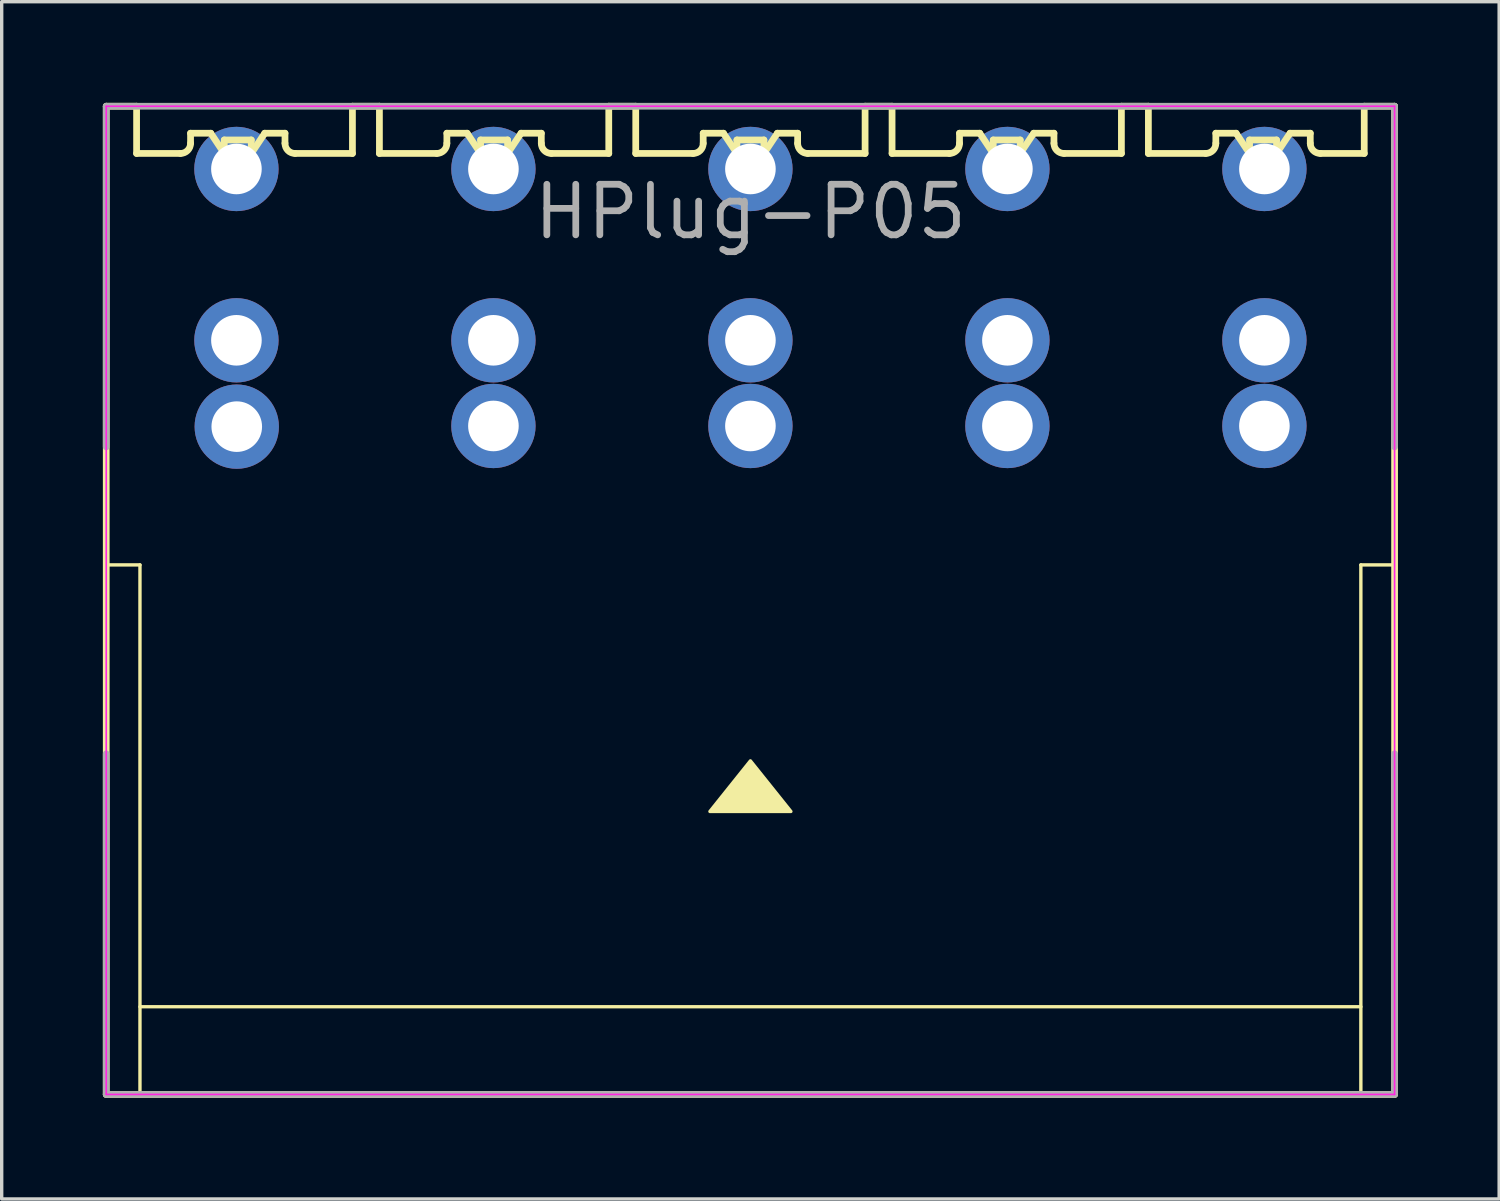
<source format=kicad_pcb>
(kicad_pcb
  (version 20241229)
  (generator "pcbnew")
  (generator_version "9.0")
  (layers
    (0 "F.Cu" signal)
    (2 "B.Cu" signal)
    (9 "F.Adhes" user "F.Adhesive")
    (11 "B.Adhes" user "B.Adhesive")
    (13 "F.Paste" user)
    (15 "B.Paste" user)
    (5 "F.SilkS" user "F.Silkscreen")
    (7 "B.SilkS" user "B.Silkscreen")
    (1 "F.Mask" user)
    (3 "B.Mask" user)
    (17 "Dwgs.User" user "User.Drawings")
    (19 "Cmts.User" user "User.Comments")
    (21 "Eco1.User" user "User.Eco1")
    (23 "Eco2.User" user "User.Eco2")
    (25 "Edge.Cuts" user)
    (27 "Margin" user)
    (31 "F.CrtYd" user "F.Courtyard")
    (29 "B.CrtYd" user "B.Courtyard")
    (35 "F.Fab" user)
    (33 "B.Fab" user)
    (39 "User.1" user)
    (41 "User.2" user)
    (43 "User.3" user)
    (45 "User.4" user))
  (footprint "HPlug-P05"
    (layer "F.Cu")
    (at 19.2 4.5)
    (property "Reference" "HPlug-P05" (at 0 -1.27 180) (layer "F.Fab") (effects (font (size 1.5 1.5) (thickness 0.2))))
    (attr through_hole)
    (fp_line (start -19.1 -4.4) (end -19.1 24.9) (stroke (width 0.2) (type solid)) (layer "F.SilkS"))
    (fp_line (start -19.1 -4.4) (end -18.2 -4.4) (stroke (width 0.2) (type solid)) (layer "F.SilkS"))
    (fp_line (start -19.1 9.2) (end -18.1 9.2) (stroke (width 0.1) (type solid)) (layer "F.SilkS"))
    (fp_line (start -19.1 24.9) (end 19.1 24.9) (stroke (width 0.2) (type solid)) (layer "F.SilkS"))
    (fp_line (start -18.2 -3) (end -18.2 -4.4) (stroke (width 0.2) (type solid)) (layer "F.SilkS"))
    (fp_line (start -18.1 9.2) (end -18.1 24.9) (stroke (width 0.1) (type solid)) (layer "F.SilkS"))
    (fp_line (start -18.1 22.3) (end 18.1 22.3) (stroke (width 0.1) (type solid)) (layer "F.SilkS"))
    (fp_line (start -16.9 -3) (end -18.2 -3) (stroke (width 0.2) (type solid)) (layer "F.SilkS"))
    (fp_line (start -16.6 -3.6) (end -16.6 -3.3) (stroke (width 0.2) (type solid)) (layer "F.SilkS"))
    (fp_line (start -16.6 -3.6) (end -16 -3.6) (stroke (width 0.2) (type solid)) (layer "F.SilkS"))
    (fp_line (start -15.6 -3.4) (end -15.6 -3) (stroke (width 0.2) (type solid)) (layer "F.SilkS"))
    (fp_line (start -15.6 -3.4) (end -14.8 -3.4) (stroke (width 0.2) (type solid)) (layer "F.SilkS"))
    (fp_line (start -15.6 -3) (end -16 -3.6) (stroke (width 0.2) (type solid)) (layer "F.SilkS"))
    (fp_line (start -14.8 -3.4) (end -14.8 -3) (stroke (width 0.2) (type solid)) (layer "F.SilkS"))
    (fp_line (start -14.8 -3) (end -14.4 -3.6) (stroke (width 0.2) (type solid)) (layer "F.SilkS"))
    (fp_line (start -14.4 -3.6) (end -13.8 -3.6) (stroke (width 0.2) (type solid)) (layer "F.SilkS"))
    (fp_line (start -13.8 -3.6) (end -13.8 -3.3) (stroke (width 0.2) (type solid)) (layer "F.SilkS"))
    (fp_line (start -11.8 -4.4) (end -11 -4.4) (stroke (width 0.2) (type solid)) (layer "F.SilkS"))
    (fp_line (start -11.8 -3) (end -13.5 -3) (stroke (width 0.2) (type solid)) (layer "F.SilkS"))
    (fp_line (start -11.8 -3) (end -11.8 -4.4) (stroke (width 0.2) (type solid)) (layer "F.SilkS"))
    (fp_line (start -11 -3) (end -11 -4.4) (stroke (width 0.2) (type solid)) (layer "F.SilkS"))
    (fp_line (start -9.3 -3) (end -11 -3) (stroke (width 0.2) (type solid)) (layer "F.SilkS"))
    (fp_line (start -9 -3.6) (end -8.4 -3.6) (stroke (width 0.2) (type solid)) (layer "F.SilkS"))
    (fp_line (start -9 -3.3) (end -9 -3.6) (stroke (width 0.2) (type solid)) (layer "F.SilkS"))
    (fp_line (start -8.4 -3.6) (end -8 -3) (stroke (width 0.2) (type solid)) (layer "F.SilkS"))
    (fp_line (start -8 -3.4) (end -7.2 -3.4) (stroke (width 0.2) (type solid)) (layer "F.SilkS"))
    (fp_line (start -8 -3) (end -8 -3.4) (stroke (width 0.2) (type solid)) (layer "F.SilkS"))
    (fp_line (start -7.2 -3) (end -7.2 -3.4) (stroke (width 0.2) (type solid)) (layer "F.SilkS"))
    (fp_line (start -6.8 -3.6) (end -7.2 -3) (stroke (width 0.2) (type solid)) (layer "F.SilkS"))
    (fp_line (start -6.8 -3.6) (end -6.2 -3.6) (stroke (width 0.2) (type solid)) (layer "F.SilkS"))
    (fp_line (start -6.2 -3.3) (end -6.2 -3.6) (stroke (width 0.2) (type solid)) (layer "F.SilkS"))
    (fp_line (start -4.2 -4.4) (end -3.4 -4.4) (stroke (width 0.2) (type solid)) (layer "F.SilkS"))
    (fp_line (start -4.2 -3) (end -5.9 -3) (stroke (width 0.2) (type solid)) (layer "F.SilkS"))
    (fp_line (start -4.2 -3) (end -4.2 -4.4) (stroke (width 0.2) (type solid)) (layer "F.SilkS"))
    (fp_line (start -3.4 -3) (end -3.4 -4.4) (stroke (width 0.2) (type solid)) (layer "F.SilkS"))
    (fp_line (start -1.7 -3) (end -3.4 -3) (stroke (width 0.2) (type solid)) (layer "F.SilkS"))
    (fp_line (start -1.4 -3.6) (end -0.8 -3.6) (stroke (width 0.2) (type solid)) (layer "F.SilkS"))
    (fp_line (start -1.4 -3.3) (end -1.4 -3.6) (stroke (width 0.2) (type solid)) (layer "F.SilkS"))
    (fp_line (start -0.8 -3.6) (end -0.4 -3) (stroke (width 0.2) (type solid)) (layer "F.SilkS"))
    (fp_line (start -0.4 -3.4) (end 0.4 -3.4) (stroke (width 0.2) (type solid)) (layer "F.SilkS"))
    (fp_line (start -0.4 -3) (end -0.4 -3.4) (stroke (width 0.2) (type solid)) (layer "F.SilkS"))
    (fp_line (start 0.4 -3) (end 0.4 -3.4) (stroke (width 0.2) (type solid)) (layer "F.SilkS"))
    (fp_line (start 0.8 -3.6) (end 0.4 -3) (stroke (width 0.2) (type solid)) (layer "F.SilkS"))
    (fp_line (start 0.8 -3.6) (end 1.4 -3.6) (stroke (width 0.2) (type solid)) (layer "F.SilkS"))
    (fp_line (start 1.4 -3.3) (end 1.4 -3.6) (stroke (width 0.2) (type solid)) (layer "F.SilkS"))
    (fp_line (start 3.4 -4.4) (end 4.2 -4.4) (stroke (width 0.2) (type solid)) (layer "F.SilkS"))
    (fp_line (start 3.4 -3) (end 1.7 -3) (stroke (width 0.2) (type solid)) (layer "F.SilkS"))
    (fp_line (start 3.4 -3) (end 3.4 -4.4) (stroke (width 0.2) (type solid)) (layer "F.SilkS"))
    (fp_line (start 4.2 -3) (end 4.2 -4.4) (stroke (width 0.2) (type solid)) (layer "F.SilkS"))
    (fp_line (start 5.9 -3) (end 4.2 -3) (stroke (width 0.2) (type solid)) (layer "F.SilkS"))
    (fp_line (start 6.2 -3.6) (end 6.8 -3.6) (stroke (width 0.2) (type solid)) (layer "F.SilkS"))
    (fp_line (start 6.2 -3.3) (end 6.2 -3.6) (stroke (width 0.2) (type solid)) (layer "F.SilkS"))
    (fp_line (start 6.8 -3.6) (end 7.2 -3) (stroke (width 0.2) (type solid)) (layer "F.SilkS"))
    (fp_line (start 7.2 -3.4) (end 8 -3.4) (stroke (width 0.2) (type solid)) (layer "F.SilkS"))
    (fp_line (start 7.2 -3) (end 7.2 -3.4) (stroke (width 0.2) (type solid)) (layer "F.SilkS"))
    (fp_line (start 8 -3) (end 8 -3.4) (stroke (width 0.2) (type solid)) (layer "F.SilkS"))
    (fp_line (start 8.4 -3.6) (end 8 -3) (stroke (width 0.2) (type solid)) (layer "F.SilkS"))
    (fp_line (start 8.4 -3.6) (end 9 -3.6) (stroke (width 0.2) (type solid)) (layer "F.SilkS"))
    (fp_line (start 9 -3.3) (end 9 -3.6) (stroke (width 0.2) (type solid)) (layer "F.SilkS"))
    (fp_line (start 11 -4.4) (end 11.8 -4.4) (stroke (width 0.2) (type solid)) (layer "F.SilkS"))
    (fp_line (start 11 -3) (end 9.3 -3) (stroke (width 0.2) (type solid)) (layer "F.SilkS"))
    (fp_line (start 11 -3) (end 11 -4.4) (stroke (width 0.2) (type solid)) (layer "F.SilkS"))
    (fp_line (start 11.8 -3) (end 11.8 -4.4) (stroke (width 0.2) (type solid)) (layer "F.SilkS"))
    (fp_line (start 13.5 -3) (end 11.8 -3) (stroke (width 0.2) (type solid)) (layer "F.SilkS"))
    (fp_line (start 13.8 -3.6) (end 14.4 -3.6) (stroke (width 0.2) (type solid)) (layer "F.SilkS"))
    (fp_line (start 13.8 -3.3) (end 13.8 -3.6) (stroke (width 0.2) (type solid)) (layer "F.SilkS"))
    (fp_line (start 14.4 -3.6) (end 14.8 -3) (stroke (width 0.2) (type solid)) (layer "F.SilkS"))
    (fp_line (start 14.8 -3.4) (end 15.6 -3.4) (stroke (width 0.2) (type solid)) (layer "F.SilkS"))
    (fp_line (start 14.8 -3) (end 14.8 -3.4) (stroke (width 0.2) (type solid)) (layer "F.SilkS"))
    (fp_line (start 15.6 -3) (end 15.6 -3.4) (stroke (width 0.2) (type solid)) (layer "F.SilkS"))
    (fp_line (start 16 -3.6) (end 15.6 -3) (stroke (width 0.2) (type solid)) (layer "F.SilkS"))
    (fp_line (start 16 -3.6) (end 16.6 -3.6) (stroke (width 0.2) (type solid)) (layer "F.SilkS"))
    (fp_line (start 16.6 -3.3) (end 16.6 -3.6) (stroke (width 0.2) (type solid)) (layer "F.SilkS"))
    (fp_line (start 18.1 9.2) (end 18.1 24.9) (stroke (width 0.1) (type solid)) (layer "F.SilkS"))
    (fp_line (start 18.1 9.2) (end 19.1 9.2) (stroke (width 0.1) (type solid)) (layer "F.SilkS"))
    (fp_line (start 18.2 -4.4) (end 18.2 -3) (stroke (width 0.2) (type solid)) (layer "F.SilkS"))
    (fp_line (start 18.2 -4.4) (end 19.1 -4.4) (stroke (width 0.2) (type solid)) (layer "F.SilkS"))
    (fp_line (start 18.2 -3) (end 16.9 -3) (stroke (width 0.2) (type solid)) (layer "F.SilkS"))
    (fp_line (start 19.1 -4.4) (end 19.1 24.9) (stroke (width 0.2) (type solid)) (layer "F.SilkS"))
    (fp_arc (start -16.6 -3.3) (mid -16.687868 -3.087868) (end -16.9 -3) (stroke (width 0.2) (type default)) (layer "F.SilkS"))
    (fp_arc (start -13.5 -3) (mid -13.712132 -3.087868) (end -13.8 -3.3) (stroke (width 0.2) (type default)) (layer "F.SilkS"))
    (fp_arc (start -9 -3.3) (mid -9.087868 -3.087868) (end -9.3 -3) (stroke (width 0.2) (type default)) (layer "F.SilkS"))
    (fp_arc (start -5.9 -3) (mid -6.112132 -3.087868) (end -6.2 -3.3) (stroke (width 0.2) (type default)) (layer "F.SilkS"))
    (fp_arc (start -1.4 -3.3) (mid -1.487868 -3.087868) (end -1.7 -3) (stroke (width 0.2) (type default)) (layer "F.SilkS"))
    (fp_arc (start 1.7 -3) (mid 1.487868 -3.087868) (end 1.4 -3.3) (stroke (width 0.2) (type default)) (layer "F.SilkS"))
    (fp_arc (start 6.2 -3.3) (mid 6.112132 -3.087868) (end 5.9 -3) (stroke (width 0.2) (type default)) (layer "F.SilkS"))
    (fp_arc (start 9.3 -3) (mid 9.087868 -3.087868) (end 9 -3.3) (stroke (width 0.2) (type default)) (layer "F.SilkS"))
    (fp_arc (start 13.8 -3.3) (mid 13.712132 -3.087868) (end 13.5 -3) (stroke (width 0.2) (type default)) (layer "F.SilkS"))
    (fp_arc (start 16.9 -3) (mid 16.687868 -3.087868) (end 16.6 -3.3) (stroke (width 0.2) (type default)) (layer "F.SilkS"))
    (fp_poly (pts (xy 1.2 16.51) (xy -1.2 16.51) (xy 0 15.01)) (stroke (width 0.1) (type solid)) (fill yes) (layer "F.SilkS"))
    (fp_line (start -19.1 -4.4) (end -19.1 24.9) (stroke (width 0.05) (type solid)) (layer "F.CrtYd"))
    (fp_line (start 19.1 -4.4) (end -19.1 -4.4) (stroke (width 0.05) (type solid)) (layer "F.CrtYd"))
    (fp_line (start 19.1 -4.4) (end 19.1 24.9) (stroke (width 0.05) (type solid)) (layer "F.CrtYd"))
    (fp_line (start 19.1 24.9) (end -19.1 24.9) (stroke (width 0.05) (type solid)) (layer "F.CrtYd"))
    (fp_line (start -19.1 5.7) (end -19.1 -4.4) (stroke (width 0.2) (type solid)) (layer "F.Fab"))
    (fp_line (start -19.1 24.9) (end -19.1 14.8) (stroke (width 0.2) (type solid)) (layer "F.Fab"))
    (fp_line (start 19.1 -4.4) (end -19.1 -4.4) (stroke (width 0.2) (type solid)) (layer "F.Fab"))
    (fp_line (start 19.1 5.7) (end 19.1 -4.4) (stroke (width 0.2) (type solid)) (layer "F.Fab"))
    (fp_line (start 19.1 14.8) (end 19.1 24.9) (stroke (width 0.2) (type solid)) (layer "F.Fab"))
    (fp_line (start 19.1 24.9) (end -19.1 24.9) (stroke (width 0.2) (type solid)) (layer "F.Fab"))
    (pad "1" thru_hole circle (at -15.24 -2.54) (size 2.5 2.5) (drill 1.5) (layers "*.Cu" "*.Mask"))
    (pad "1" thru_hole circle (at -15.24 2.54) (size 2.5 2.5) (drill 1.5) (layers "*.Cu" "*.Mask"))
    (pad "1" thru_hole circle (at -15.23 5.1) (size 2.5 2.5) (drill 1.5) (layers "*.Cu" "*.Mask"))
    (pad "2" thru_hole circle (at -7.62 -2.54) (size 2.5 2.5) (drill 1.5) (layers "*.Cu" "*.Mask"))
    (pad "2" thru_hole circle (at -7.62 2.54) (size 2.5 2.5) (drill 1.5) (layers "*.Cu" "*.Mask"))
    (pad "2" thru_hole circle (at -7.62 5.08) (size 2.5 2.5) (drill 1.5) (layers "*.Cu" "*.Mask"))
    (pad "3" thru_hole circle (at 0 -2.54) (size 2.5 2.5) (drill 1.5) (layers "*.Cu" "*.Mask"))
    (pad "3" thru_hole circle (at 0 2.54) (size 2.5 2.5) (drill 1.5) (layers "*.Cu" "*.Mask"))
    (pad "3" thru_hole circle (at 0 5.08) (size 2.5 2.5) (drill 1.5) (layers "*.Cu" "*.Mask"))
    (pad "4" thru_hole circle (at 7.62 -2.54) (size 2.5 2.5) (drill 1.5) (layers "*.Cu" "*.Mask"))
    (pad "4" thru_hole circle (at 7.62 2.54) (size 2.5 2.5) (drill 1.5) (layers "*.Cu" "*.Mask"))
    (pad "4" thru_hole circle (at 7.62 5.08) (size 2.5 2.5) (drill 1.5) (layers "*.Cu" "*.Mask"))
    (pad "5" thru_hole circle (at 15.24 -2.54) (size 2.5 2.5) (drill 1.5) (layers "*.Cu" "*.Mask"))
    (pad "5" thru_hole circle (at 15.24 2.54) (size 2.5 2.5) (drill 1.5) (layers "*.Cu" "*.Mask"))
    (pad "5" thru_hole circle (at 15.24 5.08) (size 2.5 2.5) (drill 1.5) (layers "*.Cu" "*.Mask")))
  (gr_rect
    (start -3 -3)
    (end 41.4 32.5)
    (stroke (width 0.1) (type default))
    (fill no)
    (layer "Edge.Cuts")))
</source>
